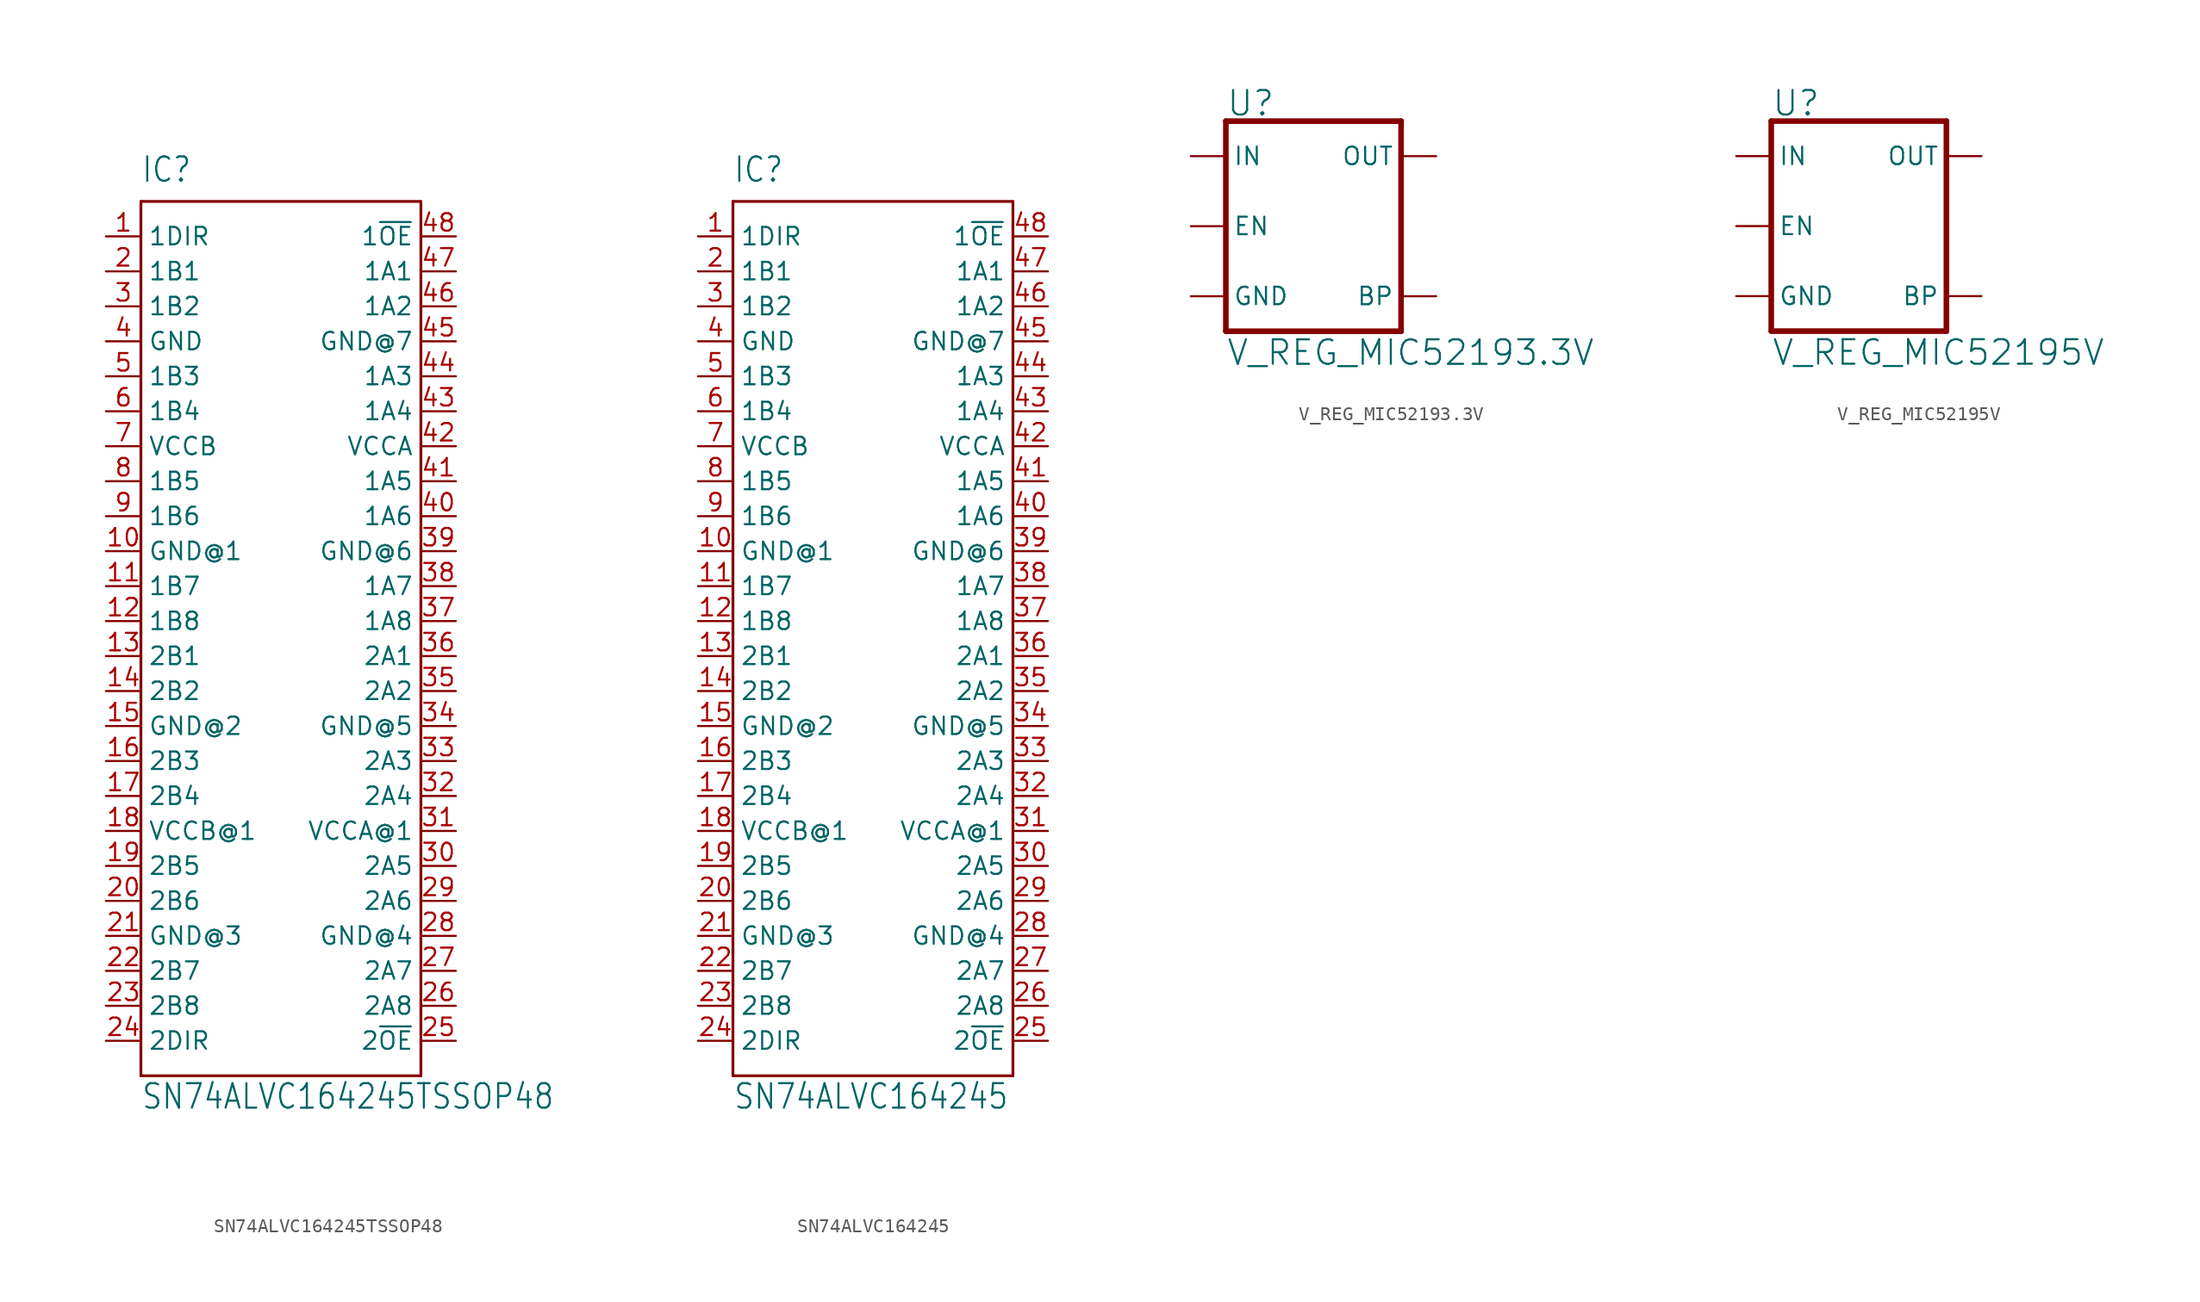
<source format=kicad_sym>
(kicad_symbol_lib
  (version 20211014)
  (generator kicad_symbol_editor)
  (symbol "SN74ALVC164245TSSOP48"
    (property "Reference" "IC"
      (at -10.16 31.75 0)
      (effects (font (size 1.778 1.511)) (justify left bottom)))
    (property "Value" "SN74ALVC164245TSSOP48"
      (at -10.16 -35.56 0)
      (effects (font (size 1.778 1.511)) (justify left bottom)))
    (property "ki_locked" ""
      (at 0 0 0)
      (effects (font (size 1.27 1.27))))
    (symbol "SN74ALVC164245TSSOP48_1_0"
      (polyline (pts (xy -10.16 -33.02) (xy 10.16 -33.02)) (stroke (width 0.203) (type default) (color 0 0 0 0)) (fill (type none)))
      (polyline (pts (xy -10.16 30.48) (xy -10.16 -33.02)) (stroke (width 0.203) (type default) (color 0 0 0 0)) (fill (type none)))
      (polyline (pts (xy 10.16 -33.02) (xy 10.16 30.48)) (stroke (width 0.203) (type default) (color 0 0 0 0)) (fill (type none)))
      (polyline (pts (xy 10.16 30.48) (xy -10.16 30.48)) (stroke (width 0.203) (type default) (color 0 0 0 0)) (fill (type none)))
      (pin input line (at -12.7 27.94 0) (length 2.54) (name "1DIR" (effects (font (size 1.27 1.27)))) (number "1" (effects (font (size 1.27 1.27)))))
      (pin power_in line (at -12.7 5.08 0) (length 2.54) (name "GND@1" (effects (font (size 1.27 1.27)))) (number "10" (effects (font (size 1.27 1.27)))))
      (pin tri_state line (at -12.7 2.54 0) (length 2.54) (name "1B7" (effects (font (size 1.27 1.27)))) (number "11" (effects (font (size 1.27 1.27)))))
      (pin tri_state line (at -12.7 0 0) (length 2.54) (name "1B8" (effects (font (size 1.27 1.27)))) (number "12" (effects (font (size 1.27 1.27)))))
      (pin tri_state line (at -12.7 -2.54 0) (length 2.54) (name "2B1" (effects (font (size 1.27 1.27)))) (number "13" (effects (font (size 1.27 1.27)))))
      (pin tri_state line (at -12.7 -5.08 0) (length 2.54) (name "2B2" (effects (font (size 1.27 1.27)))) (number "14" (effects (font (size 1.27 1.27)))))
      (pin power_in line (at -12.7 -7.62 0) (length 2.54) (name "GND@2" (effects (font (size 1.27 1.27)))) (number "15" (effects (font (size 1.27 1.27)))))
      (pin tri_state line (at -12.7 -10.16 0) (length 2.54) (name "2B3" (effects (font (size 1.27 1.27)))) (number "16" (effects (font (size 1.27 1.27)))))
      (pin tri_state line (at -12.7 -12.7 0) (length 2.54) (name "2B4" (effects (font (size 1.27 1.27)))) (number "17" (effects (font (size 1.27 1.27)))))
      (pin power_in line (at -12.7 -15.24 0) (length 2.54) (name "VCCB@1" (effects (font (size 1.27 1.27)))) (number "18" (effects (font (size 1.27 1.27)))))
      (pin tri_state line (at -12.7 -17.78 0) (length 2.54) (name "2B5" (effects (font (size 1.27 1.27)))) (number "19" (effects (font (size 1.27 1.27)))))
      (pin tri_state line (at -12.7 25.4 0) (length 2.54) (name "1B1" (effects (font (size 1.27 1.27)))) (number "2" (effects (font (size 1.27 1.27)))))
      (pin tri_state line (at -12.7 -20.32 0) (length 2.54) (name "2B6" (effects (font (size 1.27 1.27)))) (number "20" (effects (font (size 1.27 1.27)))))
      (pin tri_state line (at -12.7 -22.86 0) (length 2.54) (name "GND@3" (effects (font (size 1.27 1.27)))) (number "21" (effects (font (size 1.27 1.27)))))
      (pin tri_state line (at -12.7 -25.4 0) (length 2.54) (name "2B7" (effects (font (size 1.27 1.27)))) (number "22" (effects (font (size 1.27 1.27)))))
      (pin tri_state line (at -12.7 -27.94 0) (length 2.54) (name "2B8" (effects (font (size 1.27 1.27)))) (number "23" (effects (font (size 1.27 1.27)))))
      (pin input line (at -12.7 -30.48 0) (length 2.54) (name "2DIR" (effects (font (size 1.27 1.27)))) (number "24" (effects (font (size 1.27 1.27)))))
      (pin input line (at 12.7 -30.48 180) (length 2.54) (name "2~{OE}" (effects (font (size 1.27 1.27)))) (number "25" (effects (font (size 1.27 1.27)))))
      (pin tri_state line (at 12.7 -27.94 180) (length 2.54) (name "2A8" (effects (font (size 1.27 1.27)))) (number "26" (effects (font (size 1.27 1.27)))))
      (pin tri_state line (at 12.7 -25.4 180) (length 2.54) (name "2A7" (effects (font (size 1.27 1.27)))) (number "27" (effects (font (size 1.27 1.27)))))
      (pin power_in line (at 12.7 -22.86 180) (length 2.54) (name "GND@4" (effects (font (size 1.27 1.27)))) (number "28" (effects (font (size 1.27 1.27)))))
      (pin tri_state line (at 12.7 -20.32 180) (length 2.54) (name "2A6" (effects (font (size 1.27 1.27)))) (number "29" (effects (font (size 1.27 1.27)))))
      (pin tri_state line (at -12.7 22.86 0) (length 2.54) (name "1B2" (effects (font (size 1.27 1.27)))) (number "3" (effects (font (size 1.27 1.27)))))
      (pin tri_state line (at 12.7 -17.78 180) (length 2.54) (name "2A5" (effects (font (size 1.27 1.27)))) (number "30" (effects (font (size 1.27 1.27)))))
      (pin power_in line (at 12.7 -15.24 180) (length 2.54) (name "VCCA@1" (effects (font (size 1.27 1.27)))) (number "31" (effects (font (size 1.27 1.27)))))
      (pin tri_state line (at 12.7 -12.7 180) (length 2.54) (name "2A4" (effects (font (size 1.27 1.27)))) (number "32" (effects (font (size 1.27 1.27)))))
      (pin tri_state line (at 12.7 -10.16 180) (length 2.54) (name "2A3" (effects (font (size 1.27 1.27)))) (number "33" (effects (font (size 1.27 1.27)))))
      (pin power_in line (at 12.7 -7.62 180) (length 2.54) (name "GND@5" (effects (font (size 1.27 1.27)))) (number "34" (effects (font (size 1.27 1.27)))))
      (pin tri_state line (at 12.7 -5.08 180) (length 2.54) (name "2A2" (effects (font (size 1.27 1.27)))) (number "35" (effects (font (size 1.27 1.27)))))
      (pin tri_state line (at 12.7 -2.54 180) (length 2.54) (name "2A1" (effects (font (size 1.27 1.27)))) (number "36" (effects (font (size 1.27 1.27)))))
      (pin tri_state line (at 12.7 0 180) (length 2.54) (name "1A8" (effects (font (size 1.27 1.27)))) (number "37" (effects (font (size 1.27 1.27)))))
      (pin tri_state line (at 12.7 2.54 180) (length 2.54) (name "1A7" (effects (font (size 1.27 1.27)))) (number "38" (effects (font (size 1.27 1.27)))))
      (pin tri_state line (at 12.7 5.08 180) (length 2.54) (name "GND@6" (effects (font (size 1.27 1.27)))) (number "39" (effects (font (size 1.27 1.27)))))
      (pin power_in line (at -12.7 20.32 0) (length 2.54) (name "GND" (effects (font (size 1.27 1.27)))) (number "4" (effects (font (size 1.27 1.27)))))
      (pin tri_state line (at 12.7 7.62 180) (length 2.54) (name "1A6" (effects (font (size 1.27 1.27)))) (number "40" (effects (font (size 1.27 1.27)))))
      (pin tri_state line (at 12.7 10.16 180) (length 2.54) (name "1A5" (effects (font (size 1.27 1.27)))) (number "41" (effects (font (size 1.27 1.27)))))
      (pin power_in line (at 12.7 12.7 180) (length 2.54) (name "VCCA" (effects (font (size 1.27 1.27)))) (number "42" (effects (font (size 1.27 1.27)))))
      (pin tri_state line (at 12.7 15.24 180) (length 2.54) (name "1A4" (effects (font (size 1.27 1.27)))) (number "43" (effects (font (size 1.27 1.27)))))
      (pin tri_state line (at 12.7 17.78 180) (length 2.54) (name "1A3" (effects (font (size 1.27 1.27)))) (number "44" (effects (font (size 1.27 1.27)))))
      (pin power_in line (at 12.7 20.32 180) (length 2.54) (name "GND@7" (effects (font (size 1.27 1.27)))) (number "45" (effects (font (size 1.27 1.27)))))
      (pin tri_state line (at 12.7 22.86 180) (length 2.54) (name "1A2" (effects (font (size 1.27 1.27)))) (number "46" (effects (font (size 1.27 1.27)))))
      (pin tri_state line (at 12.7 25.4 180) (length 2.54) (name "1A1" (effects (font (size 1.27 1.27)))) (number "47" (effects (font (size 1.27 1.27)))))
      (pin input line (at 12.7 27.94 180) (length 2.54) (name "1~{OE}" (effects (font (size 1.27 1.27)))) (number "48" (effects (font (size 1.27 1.27)))))
      (pin tri_state line (at -12.7 17.78 0) (length 2.54) (name "1B3" (effects (font (size 1.27 1.27)))) (number "5" (effects (font (size 1.27 1.27)))))
      (pin tri_state line (at -12.7 15.24 0) (length 2.54) (name "1B4" (effects (font (size 1.27 1.27)))) (number "6" (effects (font (size 1.27 1.27)))))
      (pin power_in line (at -12.7 12.7 0) (length 2.54) (name "VCCB" (effects (font (size 1.27 1.27)))) (number "7" (effects (font (size 1.27 1.27)))))
      (pin tri_state line (at -12.7 10.16 0) (length 2.54) (name "1B5" (effects (font (size 1.27 1.27)))) (number "8" (effects (font (size 1.27 1.27)))))
      (pin tri_state line (at -12.7 7.62 0) (length 2.54) (name "1B6" (effects (font (size 1.27 1.27)))) (number "9" (effects (font (size 1.27 1.27)))))))
  (symbol "SN74ALVC164245"
    (property "Reference" "IC"
      (at -10.16 31.75 0)
      (effects (font (size 1.778 1.511)) (justify left bottom)))
    (property "Value" "SN74ALVC164245"
      (at -10.16 -35.56 0)
      (effects (font (size 1.778 1.511)) (justify left bottom)))
    (property "ki_locked" ""
      (at 0 0 0)
      (effects (font (size 1.27 1.27))))
    (symbol "SN74ALVC164245_1_0"
      (polyline (pts (xy -10.16 -33.02) (xy 10.16 -33.02)) (stroke (width 0.203) (type default) (color 0 0 0 0)) (fill (type none)))
      (polyline (pts (xy -10.16 30.48) (xy -10.16 -33.02)) (stroke (width 0.203) (type default) (color 0 0 0 0)) (fill (type none)))
      (polyline (pts (xy 10.16 -33.02) (xy 10.16 30.48)) (stroke (width 0.203) (type default) (color 0 0 0 0)) (fill (type none)))
      (polyline (pts (xy 10.16 30.48) (xy -10.16 30.48)) (stroke (width 0.203) (type default) (color 0 0 0 0)) (fill (type none)))
      (pin input line (at -12.7 27.94 0) (length 2.54) (name "1DIR" (effects (font (size 1.27 1.27)))) (number "1" (effects (font (size 1.27 1.27)))))
      (pin power_in line (at -12.7 5.08 0) (length 2.54) (name "GND@1" (effects (font (size 1.27 1.27)))) (number "10" (effects (font (size 1.27 1.27)))))
      (pin tri_state line (at -12.7 2.54 0) (length 2.54) (name "1B7" (effects (font (size 1.27 1.27)))) (number "11" (effects (font (size 1.27 1.27)))))
      (pin tri_state line (at -12.7 0 0) (length 2.54) (name "1B8" (effects (font (size 1.27 1.27)))) (number "12" (effects (font (size 1.27 1.27)))))
      (pin tri_state line (at -12.7 -2.54 0) (length 2.54) (name "2B1" (effects (font (size 1.27 1.27)))) (number "13" (effects (font (size 1.27 1.27)))))
      (pin tri_state line (at -12.7 -5.08 0) (length 2.54) (name "2B2" (effects (font (size 1.27 1.27)))) (number "14" (effects (font (size 1.27 1.27)))))
      (pin power_in line (at -12.7 -7.62 0) (length 2.54) (name "GND@2" (effects (font (size 1.27 1.27)))) (number "15" (effects (font (size 1.27 1.27)))))
      (pin tri_state line (at -12.7 -10.16 0) (length 2.54) (name "2B3" (effects (font (size 1.27 1.27)))) (number "16" (effects (font (size 1.27 1.27)))))
      (pin tri_state line (at -12.7 -12.7 0) (length 2.54) (name "2B4" (effects (font (size 1.27 1.27)))) (number "17" (effects (font (size 1.27 1.27)))))
      (pin power_in line (at -12.7 -15.24 0) (length 2.54) (name "VCCB@1" (effects (font (size 1.27 1.27)))) (number "18" (effects (font (size 1.27 1.27)))))
      (pin tri_state line (at -12.7 -17.78 0) (length 2.54) (name "2B5" (effects (font (size 1.27 1.27)))) (number "19" (effects (font (size 1.27 1.27)))))
      (pin tri_state line (at -12.7 25.4 0) (length 2.54) (name "1B1" (effects (font (size 1.27 1.27)))) (number "2" (effects (font (size 1.27 1.27)))))
      (pin tri_state line (at -12.7 -20.32 0) (length 2.54) (name "2B6" (effects (font (size 1.27 1.27)))) (number "20" (effects (font (size 1.27 1.27)))))
      (pin tri_state line (at -12.7 -22.86 0) (length 2.54) (name "GND@3" (effects (font (size 1.27 1.27)))) (number "21" (effects (font (size 1.27 1.27)))))
      (pin tri_state line (at -12.7 -25.4 0) (length 2.54) (name "2B7" (effects (font (size 1.27 1.27)))) (number "22" (effects (font (size 1.27 1.27)))))
      (pin tri_state line (at -12.7 -27.94 0) (length 2.54) (name "2B8" (effects (font (size 1.27 1.27)))) (number "23" (effects (font (size 1.27 1.27)))))
      (pin input line (at -12.7 -30.48 0) (length 2.54) (name "2DIR" (effects (font (size 1.27 1.27)))) (number "24" (effects (font (size 1.27 1.27)))))
      (pin input line (at 12.7 -30.48 180) (length 2.54) (name "2~{OE}" (effects (font (size 1.27 1.27)))) (number "25" (effects (font (size 1.27 1.27)))))
      (pin tri_state line (at 12.7 -27.94 180) (length 2.54) (name "2A8" (effects (font (size 1.27 1.27)))) (number "26" (effects (font (size 1.27 1.27)))))
      (pin tri_state line (at 12.7 -25.4 180) (length 2.54) (name "2A7" (effects (font (size 1.27 1.27)))) (number "27" (effects (font (size 1.27 1.27)))))
      (pin power_in line (at 12.7 -22.86 180) (length 2.54) (name "GND@4" (effects (font (size 1.27 1.27)))) (number "28" (effects (font (size 1.27 1.27)))))
      (pin tri_state line (at 12.7 -20.32 180) (length 2.54) (name "2A6" (effects (font (size 1.27 1.27)))) (number "29" (effects (font (size 1.27 1.27)))))
      (pin tri_state line (at -12.7 22.86 0) (length 2.54) (name "1B2" (effects (font (size 1.27 1.27)))) (number "3" (effects (font (size 1.27 1.27)))))
      (pin tri_state line (at 12.7 -17.78 180) (length 2.54) (name "2A5" (effects (font (size 1.27 1.27)))) (number "30" (effects (font (size 1.27 1.27)))))
      (pin power_in line (at 12.7 -15.24 180) (length 2.54) (name "VCCA@1" (effects (font (size 1.27 1.27)))) (number "31" (effects (font (size 1.27 1.27)))))
      (pin tri_state line (at 12.7 -12.7 180) (length 2.54) (name "2A4" (effects (font (size 1.27 1.27)))) (number "32" (effects (font (size 1.27 1.27)))))
      (pin tri_state line (at 12.7 -10.16 180) (length 2.54) (name "2A3" (effects (font (size 1.27 1.27)))) (number "33" (effects (font (size 1.27 1.27)))))
      (pin power_in line (at 12.7 -7.62 180) (length 2.54) (name "GND@5" (effects (font (size 1.27 1.27)))) (number "34" (effects (font (size 1.27 1.27)))))
      (pin tri_state line (at 12.7 -5.08 180) (length 2.54) (name "2A2" (effects (font (size 1.27 1.27)))) (number "35" (effects (font (size 1.27 1.27)))))
      (pin tri_state line (at 12.7 -2.54 180) (length 2.54) (name "2A1" (effects (font (size 1.27 1.27)))) (number "36" (effects (font (size 1.27 1.27)))))
      (pin tri_state line (at 12.7 0 180) (length 2.54) (name "1A8" (effects (font (size 1.27 1.27)))) (number "37" (effects (font (size 1.27 1.27)))))
      (pin tri_state line (at 12.7 2.54 180) (length 2.54) (name "1A7" (effects (font (size 1.27 1.27)))) (number "38" (effects (font (size 1.27 1.27)))))
      (pin tri_state line (at 12.7 5.08 180) (length 2.54) (name "GND@6" (effects (font (size 1.27 1.27)))) (number "39" (effects (font (size 1.27 1.27)))))
      (pin power_in line (at -12.7 20.32 0) (length 2.54) (name "GND" (effects (font (size 1.27 1.27)))) (number "4" (effects (font (size 1.27 1.27)))))
      (pin tri_state line (at 12.7 7.62 180) (length 2.54) (name "1A6" (effects (font (size 1.27 1.27)))) (number "40" (effects (font (size 1.27 1.27)))))
      (pin tri_state line (at 12.7 10.16 180) (length 2.54) (name "1A5" (effects (font (size 1.27 1.27)))) (number "41" (effects (font (size 1.27 1.27)))))
      (pin power_in line (at 12.7 12.7 180) (length 2.54) (name "VCCA" (effects (font (size 1.27 1.27)))) (number "42" (effects (font (size 1.27 1.27)))))
      (pin tri_state line (at 12.7 15.24 180) (length 2.54) (name "1A4" (effects (font (size 1.27 1.27)))) (number "43" (effects (font (size 1.27 1.27)))))
      (pin tri_state line (at 12.7 17.78 180) (length 2.54) (name "1A3" (effects (font (size 1.27 1.27)))) (number "44" (effects (font (size 1.27 1.27)))))
      (pin power_in line (at 12.7 20.32 180) (length 2.54) (name "GND@7" (effects (font (size 1.27 1.27)))) (number "45" (effects (font (size 1.27 1.27)))))
      (pin tri_state line (at 12.7 22.86 180) (length 2.54) (name "1A2" (effects (font (size 1.27 1.27)))) (number "46" (effects (font (size 1.27 1.27)))))
      (pin tri_state line (at 12.7 25.4 180) (length 2.54) (name "1A1" (effects (font (size 1.27 1.27)))) (number "47" (effects (font (size 1.27 1.27)))))
      (pin input line (at 12.7 27.94 180) (length 2.54) (name "1~{OE}" (effects (font (size 1.27 1.27)))) (number "48" (effects (font (size 1.27 1.27)))))
      (pin tri_state line (at -12.7 17.78 0) (length 2.54) (name "1B3" (effects (font (size 1.27 1.27)))) (number "5" (effects (font (size 1.27 1.27)))))
      (pin tri_state line (at -12.7 15.24 0) (length 2.54) (name "1B4" (effects (font (size 1.27 1.27)))) (number "6" (effects (font (size 1.27 1.27)))))
      (pin power_in line (at -12.7 12.7 0) (length 2.54) (name "VCCB" (effects (font (size 1.27 1.27)))) (number "7" (effects (font (size 1.27 1.27)))))
      (pin tri_state line (at -12.7 10.16 0) (length 2.54) (name "1B5" (effects (font (size 1.27 1.27)))) (number "8" (effects (font (size 1.27 1.27)))))
      (pin tri_state line (at -12.7 7.62 0) (length 2.54) (name "1B6" (effects (font (size 1.27 1.27)))) (number "9" (effects (font (size 1.27 1.27)))))))
  (symbol "V_REG_MIC52193.3V"
    (property "Reference" "U"
      (at -7.62 7.874 0)
      (effects (font (size 1.778 1.778)) (justify left bottom)))
    (property "Value" "V_REG_MIC52193.3V"
      (at -7.62 -8.128 0)
      (effects (font (size 1.778 1.778)) (justify left top)))
    (property "ki_locked" ""
      (at 0 0 0)
      (effects (font (size 1.27 1.27))))
    (symbol "V_REG_MIC52193.3V_1_0"
      (polyline (pts (xy -7.62 -7.62) (xy 5.08 -7.62)) (stroke (width 0.406) (type default) (color 0 0 0 0)) (fill (type none)))
      (polyline (pts (xy -7.62 7.62) (xy -7.62 -7.62)) (stroke (width 0.406) (type default) (color 0 0 0 0)) (fill (type none)))
      (polyline (pts (xy 5.08 -7.62) (xy 5.08 7.62)) (stroke (width 0.406) (type default) (color 0 0 0 0)) (fill (type none)))
      (polyline (pts (xy 5.08 7.62) (xy -7.62 7.62)) (stroke (width 0.406) (type default) (color 0 0 0 0)) (fill (type none)))
      (pin input line (at -10.16 5.08 0) (length 2.54) (name "IN" (effects (font (size 1.27 1.27)))) (number "1" (effects (font (size 0 0)))))
      (pin input line (at -10.16 -5.08 0) (length 2.54) (name "GND" (effects (font (size 1.27 1.27)))) (number "2" (effects (font (size 0 0)))))
      (pin input line (at -10.16 0 0) (length 2.54) (name "EN" (effects (font (size 1.27 1.27)))) (number "3" (effects (font (size 0 0)))))
      (pin input line (at 7.62 -5.08 180) (length 2.54) (name "BP" (effects (font (size 1.27 1.27)))) (number "4" (effects (font (size 0 0)))))
      (pin passive line (at 7.62 5.08 180) (length 2.54) (name "OUT" (effects (font (size 1.27 1.27)))) (number "5" (effects (font (size 0 0)))))))
  (symbol "V_REG_MIC52195V"
    (property "Reference" "U"
      (at -7.62 7.874 0)
      (effects (font (size 1.778 1.778)) (justify left bottom)))
    (property "Value" "V_REG_MIC52195V"
      (at -7.62 -8.128 0)
      (effects (font (size 1.778 1.778)) (justify left top)))
    (property "ki_locked" ""
      (at 0 0 0)
      (effects (font (size 1.27 1.27))))
    (symbol "V_REG_MIC52195V_1_0"
      (polyline (pts (xy -7.62 -7.62) (xy 5.08 -7.62)) (stroke (width 0.406) (type default) (color 0 0 0 0)) (fill (type none)))
      (polyline (pts (xy -7.62 7.62) (xy -7.62 -7.62)) (stroke (width 0.406) (type default) (color 0 0 0 0)) (fill (type none)))
      (polyline (pts (xy 5.08 -7.62) (xy 5.08 7.62)) (stroke (width 0.406) (type default) (color 0 0 0 0)) (fill (type none)))
      (polyline (pts (xy 5.08 7.62) (xy -7.62 7.62)) (stroke (width 0.406) (type default) (color 0 0 0 0)) (fill (type none)))
      (pin input line (at -10.16 5.08 0) (length 2.54) (name "IN" (effects (font (size 1.27 1.27)))) (number "1" (effects (font (size 0 0)))))
      (pin input line (at -10.16 -5.08 0) (length 2.54) (name "GND" (effects (font (size 1.27 1.27)))) (number "2" (effects (font (size 0 0)))))
      (pin input line (at -10.16 0 0) (length 2.54) (name "EN" (effects (font (size 1.27 1.27)))) (number "3" (effects (font (size 0 0)))))
      (pin input line (at 7.62 -5.08 180) (length 2.54) (name "BP" (effects (font (size 1.27 1.27)))) (number "4" (effects (font (size 0 0)))))
      (pin passive line (at 7.62 5.08 180) (length 2.54) (name "OUT" (effects (font (size 1.27 1.27)))) (number "5" (effects (font (size 0 0))))))))
</source>
